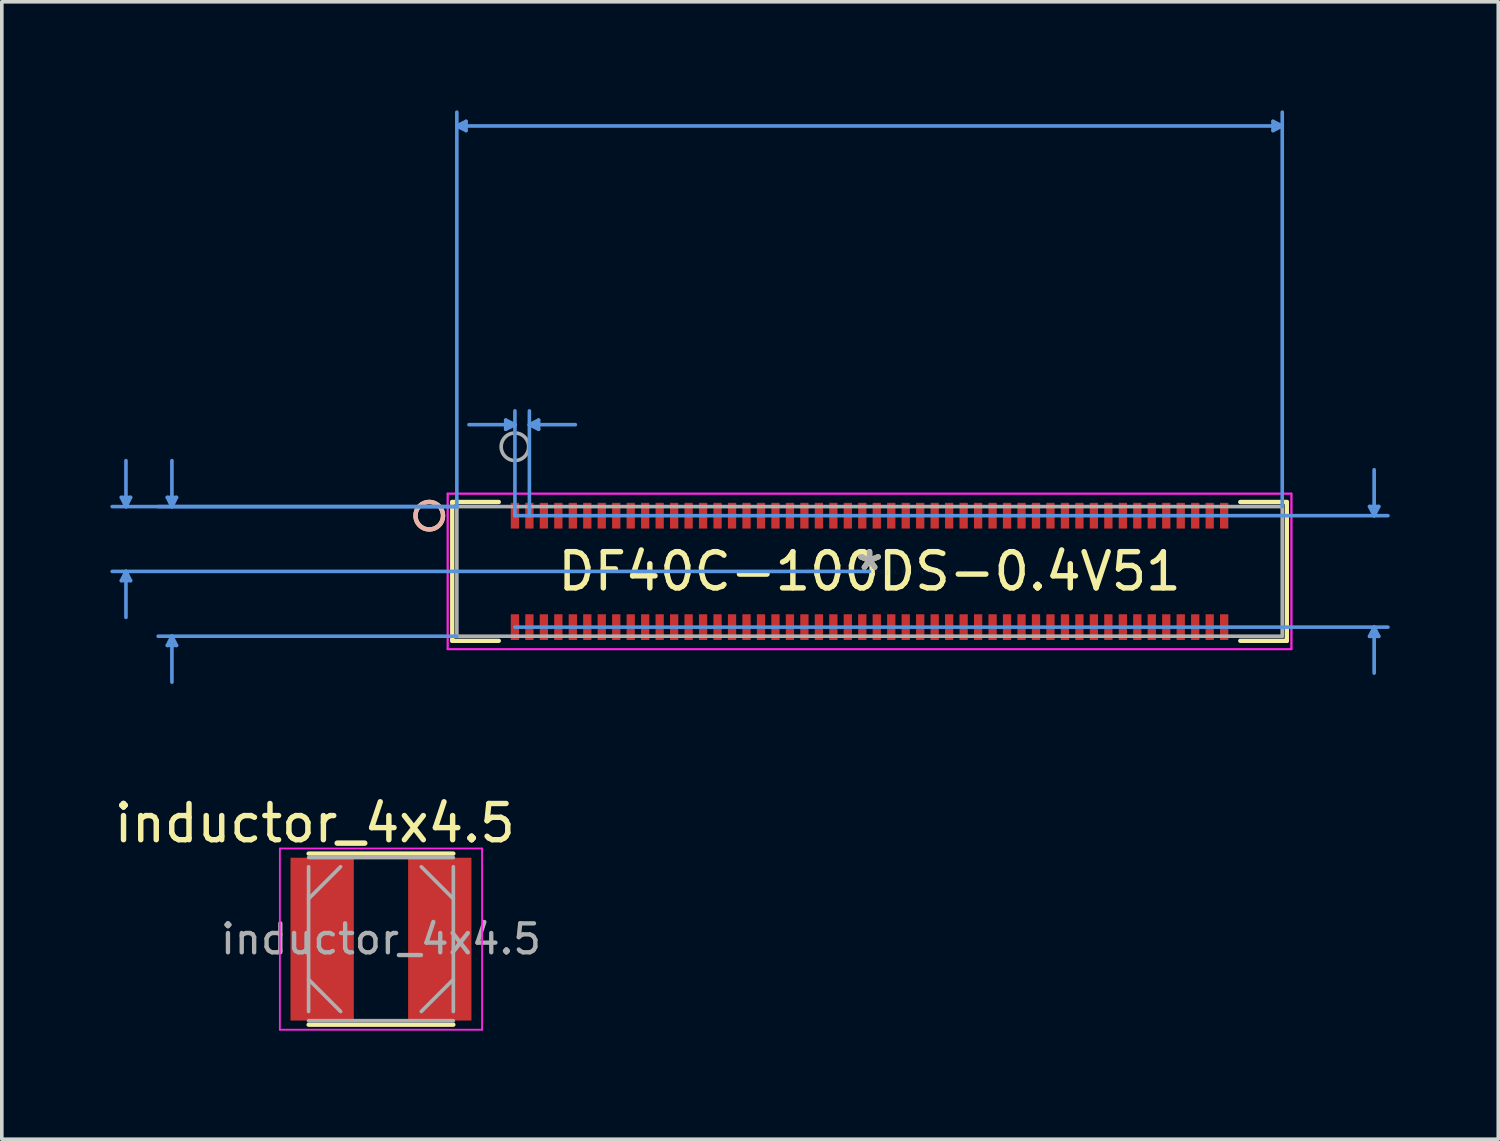
<source format=kicad_pcb>
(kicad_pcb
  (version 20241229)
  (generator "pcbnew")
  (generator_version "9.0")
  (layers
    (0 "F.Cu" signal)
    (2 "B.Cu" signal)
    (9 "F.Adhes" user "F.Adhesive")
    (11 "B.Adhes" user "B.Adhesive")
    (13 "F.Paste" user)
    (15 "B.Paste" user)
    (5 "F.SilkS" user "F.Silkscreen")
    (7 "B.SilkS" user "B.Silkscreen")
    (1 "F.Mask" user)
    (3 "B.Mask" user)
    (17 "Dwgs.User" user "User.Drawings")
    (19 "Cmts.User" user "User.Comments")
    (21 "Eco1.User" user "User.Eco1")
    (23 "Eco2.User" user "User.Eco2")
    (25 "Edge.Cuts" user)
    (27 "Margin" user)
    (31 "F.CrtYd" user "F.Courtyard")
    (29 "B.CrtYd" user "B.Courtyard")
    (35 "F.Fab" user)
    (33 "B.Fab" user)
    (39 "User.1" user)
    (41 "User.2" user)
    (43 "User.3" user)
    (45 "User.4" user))
  (footprint "DF40C-100DS-0.4V51"
    (layer "F.Cu")
    (at 20.98 12.741)
    (property "Reference" "DF40C-100DS-0.4V51" (at 0 0 0) (layer "F.SilkS") (effects (font (size 1 1) (thickness 0.15))))
    (attr through_hole)
    (fp_line (start -11.532 -1.918) (end -11.532 1.918) (stroke (width 0.12) (type solid)) (layer "F.SilkS"))
    (fp_line (start -11.532 1.918) (end -10.246 1.918) (stroke (width 0.12) (type solid)) (layer "F.SilkS"))
    (fp_line (start -10.246 -1.918) (end -11.532 -1.918) (stroke (width 0.12) (type solid)) (layer "F.SilkS"))
    (fp_line (start 10.246 1.918) (end 11.532 1.918) (stroke (width 0.12) (type solid)) (layer "F.SilkS"))
    (fp_line (start 11.532 -1.918) (end 10.246 -1.918) (stroke (width 0.12) (type solid)) (layer "F.SilkS"))
    (fp_line (start 11.532 1.918) (end 11.532 -1.918) (stroke (width 0.12) (type solid)) (layer "F.SilkS"))
    (fp_circle (center -12.167 -1.54) (end -11.786 -1.54) (stroke (width 0.12) (type solid)) (fill no) (layer "F.SilkS"))
    (fp_circle (center -12.167 -1.54) (end -11.786 -1.54) (stroke (width 0.12) (type solid)) (fill no) (layer "B.SilkS"))
    (fp_line (start -20.676 -2.045) (end -20.422 -2.045) (stroke (width 0.1) (type solid)) (layer "Cmts.User"))
    (fp_line (start -20.676 0.254) (end -20.422 0.254) (stroke (width 0.1) (type solid)) (layer "Cmts.User"))
    (fp_line (start -20.549 -1.791) (end -20.676 -2.045) (stroke (width 0.1) (type solid)) (layer "Cmts.User"))
    (fp_line (start -20.549 -1.791) (end -20.549 -3.061) (stroke (width 0.1) (type solid)) (layer "Cmts.User"))
    (fp_line (start -20.549 -1.791) (end -20.422 -2.045) (stroke (width 0.1) (type solid)) (layer "Cmts.User"))
    (fp_line (start -20.549 0) (end -20.676 0.254) (stroke (width 0.1) (type solid)) (layer "Cmts.User"))
    (fp_line (start -20.549 0) (end -20.549 1.27) (stroke (width 0.1) (type solid)) (layer "Cmts.User"))
    (fp_line (start -20.549 0) (end -20.422 0.254) (stroke (width 0.1) (type solid)) (layer "Cmts.User"))
    (fp_line (start -19.406 -2.045) (end -19.152 -2.045) (stroke (width 0.1) (type solid)) (layer "Cmts.User"))
    (fp_line (start -19.406 2.045) (end -19.152 2.045) (stroke (width 0.1) (type solid)) (layer "Cmts.User"))
    (fp_line (start -19.279 -1.791) (end -19.406 -2.045) (stroke (width 0.1) (type solid)) (layer "Cmts.User"))
    (fp_line (start -19.279 -1.791) (end -19.279 -3.061) (stroke (width 0.1) (type solid)) (layer "Cmts.User"))
    (fp_line (start -19.279 -1.791) (end -19.152 -2.045) (stroke (width 0.1) (type solid)) (layer "Cmts.User"))
    (fp_line (start -19.279 1.791) (end -19.406 2.045) (stroke (width 0.1) (type solid)) (layer "Cmts.User"))
    (fp_line (start -19.279 1.791) (end -19.279 3.061) (stroke (width 0.1) (type solid)) (layer "Cmts.User"))
    (fp_line (start -19.279 1.791) (end -19.152 2.045) (stroke (width 0.1) (type solid)) (layer "Cmts.User"))
    (fp_line (start -11.405 -12.31) (end -11.151 -12.437) (stroke (width 0.1) (type solid)) (layer "Cmts.User"))
    (fp_line (start -11.405 -12.31) (end -11.151 -12.183) (stroke (width 0.1) (type solid)) (layer "Cmts.User"))
    (fp_line (start -11.405 -12.31) (end 11.405 -12.31) (stroke (width 0.1) (type solid)) (layer "Cmts.User"))
    (fp_line (start -11.405 -1.791) (end -20.93 -1.791) (stroke (width 0.1) (type solid)) (layer "Cmts.User"))
    (fp_line (start -11.405 -1.791) (end -19.66 -1.791) (stroke (width 0.1) (type solid)) (layer "Cmts.User"))
    (fp_line (start -11.405 -1.791) (end -11.405 -12.691) (stroke (width 0.1) (type solid)) (layer "Cmts.User"))
    (fp_line (start -11.405 1.791) (end -19.66 1.791) (stroke (width 0.1) (type solid)) (layer "Cmts.User"))
    (fp_line (start -11.151 -12.437) (end -11.151 -12.183) (stroke (width 0.1) (type solid)) (layer "Cmts.User"))
    (fp_line (start -10.054 -4.182) (end -10.054 -3.928) (stroke (width 0.1) (type solid)) (layer "Cmts.User"))
    (fp_line (start -9.8 -4.055) (end -11.07 -4.055) (stroke (width 0.1) (type solid)) (layer "Cmts.User"))
    (fp_line (start -9.8 -4.055) (end -10.054 -4.182) (stroke (width 0.1) (type solid)) (layer "Cmts.User"))
    (fp_line (start -9.8 -4.055) (end -10.054 -3.928) (stroke (width 0.1) (type solid)) (layer "Cmts.User"))
    (fp_line (start -9.8 -1.54) (end -9.8 -4.436) (stroke (width 0.1) (type solid)) (layer "Cmts.User"))
    (fp_line (start -9.8 -1.54) (end 14.326 -1.54) (stroke (width 0.1) (type solid)) (layer "Cmts.User"))
    (fp_line (start -9.8 1.54) (end 14.326 1.54) (stroke (width 0.1) (type solid)) (layer "Cmts.User"))
    (fp_line (start -9.4 -4.055) (end -9.146 -4.182) (stroke (width 0.1) (type solid)) (layer "Cmts.User"))
    (fp_line (start -9.4 -4.055) (end -9.146 -3.928) (stroke (width 0.1) (type solid)) (layer "Cmts.User"))
    (fp_line (start -9.4 -4.055) (end -8.13 -4.055) (stroke (width 0.1) (type solid)) (layer "Cmts.User"))
    (fp_line (start -9.4 -1.54) (end -9.4 -4.436) (stroke (width 0.1) (type solid)) (layer "Cmts.User"))
    (fp_line (start -9.146 -4.182) (end -9.146 -3.928) (stroke (width 0.1) (type solid)) (layer "Cmts.User"))
    (fp_line (start 0 0) (end -20.93 0) (stroke (width 0.1) (type solid)) (layer "Cmts.User"))
    (fp_line (start 11.151 -12.437) (end 11.151 -12.183) (stroke (width 0.1) (type solid)) (layer "Cmts.User"))
    (fp_line (start 11.405 -12.31) (end 11.151 -12.437) (stroke (width 0.1) (type solid)) (layer "Cmts.User"))
    (fp_line (start 11.405 -12.31) (end 11.151 -12.183) (stroke (width 0.1) (type solid)) (layer "Cmts.User"))
    (fp_line (start 11.405 -1.791) (end 11.405 -12.691) (stroke (width 0.1) (type solid)) (layer "Cmts.User"))
    (fp_line (start 13.818 -1.794) (end 14.072 -1.794) (stroke (width 0.1) (type solid)) (layer "Cmts.User"))
    (fp_line (start 13.818 1.794) (end 14.072 1.794) (stroke (width 0.1) (type solid)) (layer "Cmts.User"))
    (fp_line (start 13.945 -1.54) (end 13.818 -1.794) (stroke (width 0.1) (type solid)) (layer "Cmts.User"))
    (fp_line (start 13.945 -1.54) (end 13.945 -2.81) (stroke (width 0.1) (type solid)) (layer "Cmts.User"))
    (fp_line (start 13.945 -1.54) (end 14.072 -1.794) (stroke (width 0.1) (type solid)) (layer "Cmts.User"))
    (fp_line (start 13.945 1.54) (end 13.818 1.794) (stroke (width 0.1) (type solid)) (layer "Cmts.User"))
    (fp_line (start 13.945 1.54) (end 13.945 2.81) (stroke (width 0.1) (type solid)) (layer "Cmts.User"))
    (fp_line (start 13.945 1.54) (end 14.072 1.794) (stroke (width 0.1) (type solid)) (layer "Cmts.User"))
    (fp_line (start -11.659 -2.15) (end -11.659 2.15) (stroke (width 0.05) (type solid)) (layer "F.CrtYd"))
    (fp_line (start -11.659 -2.15) (end -11.659 2.15) (stroke (width 0.05) (type solid)) (layer "F.CrtYd"))
    (fp_line (start -11.659 2.15) (end 11.659 2.15) (stroke (width 0.05) (type solid)) (layer "F.CrtYd"))
    (fp_line (start -11.659 2.15) (end 11.659 2.15) (stroke (width 0.05) (type solid)) (layer "F.CrtYd"))
    (fp_line (start 11.659 -2.15) (end -11.659 -2.15) (stroke (width 0.05) (type solid)) (layer "F.CrtYd"))
    (fp_line (start 11.659 -2.15) (end -11.659 -2.15) (stroke (width 0.05) (type solid)) (layer "F.CrtYd"))
    (fp_line (start 11.659 2.15) (end 11.659 -2.15) (stroke (width 0.05) (type solid)) (layer "F.CrtYd"))
    (fp_line (start 11.659 2.15) (end 11.659 -2.15) (stroke (width 0.05) (type solid)) (layer "F.CrtYd"))
    (fp_line (start -11.405 -1.791) (end -11.405 1.791) (stroke (width 0.1) (type solid)) (layer "F.Fab"))
    (fp_line (start -11.405 1.791) (end 11.405 1.791) (stroke (width 0.1) (type solid)) (layer "F.Fab"))
    (fp_line (start 11.405 -1.791) (end -11.405 -1.791) (stroke (width 0.1) (type solid)) (layer "F.Fab"))
    (fp_line (start 11.405 1.791) (end 11.405 -1.791) (stroke (width 0.1) (type solid)) (layer "F.Fab"))
    (fp_circle (center -9.8 -3.445) (end -9.419 -3.445) (stroke (width 0.1) (type solid)) (fill no) (layer "F.Fab"))
    (fp_text user "*" (at 0 0 0) (layer "F.SilkS") (effects (font (size 1 1) (thickness 0.15))))
    (fp_text user "Copyright 2021 Accelerated Designs. All rights reserved." (at 0 0 0) (layer "Cmts.User") (effects (font (size 0.127 0.127) (thickness 0.002))))
    (fp_text user "*" (at 0 0 0) (layer "F.Fab") (effects (font (size 1 1) (thickness 0.15))))
    (pad "1" smd rect (at -9.8 -1.54) (size 0.229 0.711) (layers "F.Cu" "F.Mask" "F.Paste"))
    (pad "2" smd rect (at -9.8 1.54) (size 0.229 0.711) (layers "F.Cu" "F.Mask" "F.Paste"))
    (pad "3" smd rect (at -9.4 -1.54) (size 0.229 0.711) (layers "F.Cu" "F.Mask" "F.Paste"))
    (pad "4" smd rect (at -9.4 1.54) (size 0.229 0.711) (layers "F.Cu" "F.Mask" "F.Paste"))
    (pad "5" smd rect (at -9 -1.54) (size 0.229 0.711) (layers "F.Cu" "F.Mask" "F.Paste"))
    (pad "6" smd rect (at -9 1.54) (size 0.229 0.711) (layers "F.Cu" "F.Mask" "F.Paste"))
    (pad "7" smd rect (at -8.6 -1.54) (size 0.229 0.711) (layers "F.Cu" "F.Mask" "F.Paste"))
    (pad "8" smd rect (at -8.6 1.54) (size 0.229 0.711) (layers "F.Cu" "F.Mask" "F.Paste"))
    (pad "9" smd rect (at -8.2 -1.54) (size 0.229 0.711) (layers "F.Cu" "F.Mask" "F.Paste"))
    (pad "10" smd rect (at -8.2 1.54) (size 0.229 0.711) (layers "F.Cu" "F.Mask" "F.Paste"))
    (pad "11" smd rect (at -7.8 -1.54) (size 0.229 0.711) (layers "F.Cu" "F.Mask" "F.Paste"))
    (pad "12" smd rect (at -7.8 1.54) (size 0.229 0.711) (layers "F.Cu" "F.Mask" "F.Paste"))
    (pad "13" smd rect (at -7.4 -1.54) (size 0.229 0.711) (layers "F.Cu" "F.Mask" "F.Paste"))
    (pad "14" smd rect (at -7.4 1.54) (size 0.229 0.711) (layers "F.Cu" "F.Mask" "F.Paste"))
    (pad "15" smd rect (at -7 -1.54) (size 0.229 0.711) (layers "F.Cu" "F.Mask" "F.Paste"))
    (pad "16" smd rect (at -7 1.54) (size 0.229 0.711) (layers "F.Cu" "F.Mask" "F.Paste"))
    (pad "17" smd rect (at -6.6 -1.54) (size 0.229 0.711) (layers "F.Cu" "F.Mask" "F.Paste"))
    (pad "18" smd rect (at -6.6 1.54) (size 0.229 0.711) (layers "F.Cu" "F.Mask" "F.Paste"))
    (pad "19" smd rect (at -6.2 -1.54) (size 0.229 0.711) (layers "F.Cu" "F.Mask" "F.Paste"))
    (pad "20" smd rect (at -6.2 1.54) (size 0.229 0.711) (layers "F.Cu" "F.Mask" "F.Paste"))
    (pad "21" smd rect (at -5.8 -1.54) (size 0.229 0.711) (layers "F.Cu" "F.Mask" "F.Paste"))
    (pad "22" smd rect (at -5.8 1.54) (size 0.229 0.711) (layers "F.Cu" "F.Mask" "F.Paste"))
    (pad "23" smd rect (at -5.4 -1.54) (size 0.229 0.711) (layers "F.Cu" "F.Mask" "F.Paste"))
    (pad "24" smd rect (at -5.4 1.54) (size 0.229 0.711) (layers "F.Cu" "F.Mask" "F.Paste"))
    (pad "25" smd rect (at -5 -1.54) (size 0.229 0.711) (layers "F.Cu" "F.Mask" "F.Paste"))
    (pad "26" smd rect (at -5 1.54) (size 0.229 0.711) (layers "F.Cu" "F.Mask" "F.Paste"))
    (pad "27" smd rect (at -4.6 -1.54) (size 0.229 0.711) (layers "F.Cu" "F.Mask" "F.Paste"))
    (pad "28" smd rect (at -4.6 1.54) (size 0.229 0.711) (layers "F.Cu" "F.Mask" "F.Paste"))
    (pad "29" smd rect (at -4.2 -1.54) (size 0.229 0.711) (layers "F.Cu" "F.Mask" "F.Paste"))
    (pad "30" smd rect (at -4.2 1.54) (size 0.229 0.711) (layers "F.Cu" "F.Mask" "F.Paste"))
    (pad "31" smd rect (at -3.8 -1.54) (size 0.229 0.711) (layers "F.Cu" "F.Mask" "F.Paste"))
    (pad "32" smd rect (at -3.8 1.54) (size 0.229 0.711) (layers "F.Cu" "F.Mask" "F.Paste"))
    (pad "33" smd rect (at -3.4 -1.54) (size 0.229 0.711) (layers "F.Cu" "F.Mask" "F.Paste"))
    (pad "34" smd rect (at -3.4 1.54) (size 0.229 0.711) (layers "F.Cu" "F.Mask" "F.Paste"))
    (pad "35" smd rect (at -3 -1.54) (size 0.229 0.711) (layers "F.Cu" "F.Mask" "F.Paste"))
    (pad "36" smd rect (at -3 1.54) (size 0.229 0.711) (layers "F.Cu" "F.Mask" "F.Paste"))
    (pad "37" smd rect (at -2.6 -1.54) (size 0.229 0.711) (layers "F.Cu" "F.Mask" "F.Paste"))
    (pad "38" smd rect (at -2.6 1.54) (size 0.229 0.711) (layers "F.Cu" "F.Mask" "F.Paste"))
    (pad "39" smd rect (at -2.2 -1.54) (size 0.229 0.711) (layers "F.Cu" "F.Mask" "F.Paste"))
    (pad "40" smd rect (at -2.2 1.54) (size 0.229 0.711) (layers "F.Cu" "F.Mask" "F.Paste"))
    (pad "41" smd rect (at -1.8 -1.54) (size 0.229 0.711) (layers "F.Cu" "F.Mask" "F.Paste"))
    (pad "42" smd rect (at -1.8 1.54) (size 0.229 0.711) (layers "F.Cu" "F.Mask" "F.Paste"))
    (pad "43" smd rect (at -1.4 -1.54) (size 0.229 0.711) (layers "F.Cu" "F.Mask" "F.Paste"))
    (pad "44" smd rect (at -1.4 1.54) (size 0.229 0.711) (layers "F.Cu" "F.Mask" "F.Paste"))
    (pad "45" smd rect (at -1 -1.54) (size 0.229 0.711) (layers "F.Cu" "F.Mask" "F.Paste"))
    (pad "46" smd rect (at -1 1.54) (size 0.229 0.711) (layers "F.Cu" "F.Mask" "F.Paste"))
    (pad "47" smd rect (at -0.6 -1.54) (size 0.229 0.711) (layers "F.Cu" "F.Mask" "F.Paste"))
    (pad "48" smd rect (at -0.6 1.54) (size 0.229 0.711) (layers "F.Cu" "F.Mask" "F.Paste"))
    (pad "49" smd rect (at -0.2 -1.54) (size 0.229 0.711) (layers "F.Cu" "F.Mask" "F.Paste"))
    (pad "50" smd rect (at -0.2 1.54) (size 0.229 0.711) (layers "F.Cu" "F.Mask" "F.Paste"))
    (pad "51" smd rect (at 0.2 -1.54) (size 0.229 0.711) (layers "F.Cu" "F.Mask" "F.Paste"))
    (pad "52" smd rect (at 0.2 1.54) (size 0.229 0.711) (layers "F.Cu" "F.Mask" "F.Paste"))
    (pad "53" smd rect (at 0.6 -1.54) (size 0.229 0.711) (layers "F.Cu" "F.Mask" "F.Paste"))
    (pad "54" smd rect (at 0.6 1.54) (size 0.229 0.711) (layers "F.Cu" "F.Mask" "F.Paste"))
    (pad "55" smd rect (at 1 -1.54) (size 0.229 0.711) (layers "F.Cu" "F.Mask" "F.Paste"))
    (pad "56" smd rect (at 1 1.54) (size 0.229 0.711) (layers "F.Cu" "F.Mask" "F.Paste"))
    (pad "57" smd rect (at 1.4 -1.54) (size 0.229 0.711) (layers "F.Cu" "F.Mask" "F.Paste"))
    (pad "58" smd rect (at 1.4 1.54) (size 0.229 0.711) (layers "F.Cu" "F.Mask" "F.Paste"))
    (pad "59" smd rect (at 1.8 -1.54) (size 0.229 0.711) (layers "F.Cu" "F.Mask" "F.Paste"))
    (pad "60" smd rect (at 1.8 1.54) (size 0.229 0.711) (layers "F.Cu" "F.Mask" "F.Paste"))
    (pad "61" smd rect (at 2.2 -1.54) (size 0.229 0.711) (layers "F.Cu" "F.Mask" "F.Paste"))
    (pad "62" smd rect (at 2.2 1.54) (size 0.229 0.711) (layers "F.Cu" "F.Mask" "F.Paste"))
    (pad "63" smd rect (at 2.6 -1.54) (size 0.229 0.711) (layers "F.Cu" "F.Mask" "F.Paste"))
    (pad "64" smd rect (at 2.6 1.54) (size 0.229 0.711) (layers "F.Cu" "F.Mask" "F.Paste"))
    (pad "65" smd rect (at 3 -1.54) (size 0.229 0.711) (layers "F.Cu" "F.Mask" "F.Paste"))
    (pad "66" smd rect (at 3 1.54) (size 0.229 0.711) (layers "F.Cu" "F.Mask" "F.Paste"))
    (pad "67" smd rect (at 3.4 -1.54) (size 0.229 0.711) (layers "F.Cu" "F.Mask" "F.Paste"))
    (pad "68" smd rect (at 3.4 1.54) (size 0.229 0.711) (layers "F.Cu" "F.Mask" "F.Paste"))
    (pad "69" smd rect (at 3.8 -1.54) (size 0.229 0.711) (layers "F.Cu" "F.Mask" "F.Paste"))
    (pad "70" smd rect (at 3.8 1.54) (size 0.229 0.711) (layers "F.Cu" "F.Mask" "F.Paste"))
    (pad "71" smd rect (at 4.2 -1.54) (size 0.229 0.711) (layers "F.Cu" "F.Mask" "F.Paste"))
    (pad "72" smd rect (at 4.2 1.54) (size 0.229 0.711) (layers "F.Cu" "F.Mask" "F.Paste"))
    (pad "73" smd rect (at 4.6 -1.54) (size 0.229 0.711) (layers "F.Cu" "F.Mask" "F.Paste"))
    (pad "74" smd rect (at 4.6 1.54) (size 0.229 0.711) (layers "F.Cu" "F.Mask" "F.Paste"))
    (pad "75" smd rect (at 5 -1.54) (size 0.229 0.711) (layers "F.Cu" "F.Mask" "F.Paste"))
    (pad "76" smd rect (at 5 1.54) (size 0.229 0.711) (layers "F.Cu" "F.Mask" "F.Paste"))
    (pad "77" smd rect (at 5.4 -1.54) (size 0.229 0.711) (layers "F.Cu" "F.Mask" "F.Paste"))
    (pad "78" smd rect (at 5.4 1.54) (size 0.229 0.711) (layers "F.Cu" "F.Mask" "F.Paste"))
    (pad "79" smd rect (at 5.8 -1.54) (size 0.229 0.711) (layers "F.Cu" "F.Mask" "F.Paste"))
    (pad "80" smd rect (at 5.8 1.54) (size 0.229 0.711) (layers "F.Cu" "F.Mask" "F.Paste"))
    (pad "81" smd rect (at 6.2 -1.54) (size 0.229 0.711) (layers "F.Cu" "F.Mask" "F.Paste"))
    (pad "82" smd rect (at 6.2 1.54) (size 0.229 0.711) (layers "F.Cu" "F.Mask" "F.Paste"))
    (pad "83" smd rect (at 6.6 -1.54) (size 0.229 0.711) (layers "F.Cu" "F.Mask" "F.Paste"))
    (pad "84" smd rect (at 6.6 1.54) (size 0.229 0.711) (layers "F.Cu" "F.Mask" "F.Paste"))
    (pad "85" smd rect (at 7 -1.54) (size 0.229 0.711) (layers "F.Cu" "F.Mask" "F.Paste"))
    (pad "86" smd rect (at 7 1.54) (size 0.229 0.711) (layers "F.Cu" "F.Mask" "F.Paste"))
    (pad "87" smd rect (at 7.4 -1.54) (size 0.229 0.711) (layers "F.Cu" "F.Mask" "F.Paste"))
    (pad "88" smd rect (at 7.4 1.54) (size 0.229 0.711) (layers "F.Cu" "F.Mask" "F.Paste"))
    (pad "89" smd rect (at 7.8 -1.54) (size 0.229 0.711) (layers "F.Cu" "F.Mask" "F.Paste"))
    (pad "90" smd rect (at 7.8 1.54) (size 0.229 0.711) (layers "F.Cu" "F.Mask" "F.Paste"))
    (pad "91" smd rect (at 8.2 -1.54) (size 0.229 0.711) (layers "F.Cu" "F.Mask" "F.Paste"))
    (pad "92" smd rect (at 8.2 1.54) (size 0.229 0.711) (layers "F.Cu" "F.Mask" "F.Paste"))
    (pad "93" smd rect (at 8.6 -1.54) (size 0.229 0.711) (layers "F.Cu" "F.Mask" "F.Paste"))
    (pad "94" smd rect (at 8.6 1.54) (size 0.229 0.711) (layers "F.Cu" "F.Mask" "F.Paste"))
    (pad "95" smd rect (at 9 -1.54) (size 0.229 0.711) (layers "F.Cu" "F.Mask" "F.Paste"))
    (pad "96" smd rect (at 9 1.54) (size 0.229 0.711) (layers "F.Cu" "F.Mask" "F.Paste"))
    (pad "97" smd rect (at 9.4 -1.54) (size 0.229 0.711) (layers "F.Cu" "F.Mask" "F.Paste"))
    (pad "98" smd rect (at 9.4 1.54) (size 0.229 0.711) (layers "F.Cu" "F.Mask" "F.Paste"))
    (pad "99" smd rect (at 9.8 -1.54) (size 0.229 0.711) (layers "F.Cu" "F.Mask" "F.Paste"))
    (pad "100" smd rect (at 9.8 1.54) (size 0.229 0.711) (layers "F.Cu" "F.Mask" "F.Paste")))
  (footprint "inductor_4x4.5"
    (layer "F.Cu")
    (at 7.478 22.903)
    (property "Reference" "inductor_4x4.5" (at -1.829 -3.203 0) (layer "F.SilkS") (effects (font (size 1 1) (thickness 0.15))))
    (attr smd)
    (fp_line (start -2 -2.364) (end 2 -2.364) (stroke (width 0.12) (type solid)) (layer "F.SilkS"))
    (fp_line (start 2 2.364) (end -2 2.364) (stroke (width 0.12) (type solid)) (layer "F.SilkS"))
    (fp_line (start -2.794 -2.504) (end 2.794 -2.504) (stroke (width 0.05) (type solid)) (layer "F.CrtYd"))
    (fp_line (start -2.794 2.504) (end -2.794 -2.504) (stroke (width 0.05) (type solid)) (layer "F.CrtYd"))
    (fp_line (start 2.794 -2.504) (end 2.794 2.504) (stroke (width 0.05) (type solid)) (layer "F.CrtYd"))
    (fp_line (start 2.794 2.504) (end -2.794 2.504) (stroke (width 0.05) (type solid)) (layer "F.CrtYd"))
    (fp_line (start -2 -2.254) (end 2 -2.254) (stroke (width 0.1) (type solid)) (layer "F.Fab"))
    (fp_line (start -2 -1.115) (end -1.115 -2) (stroke (width 0.1) (type solid)) (layer "F.Fab"))
    (fp_line (start -2 2) (end -2 -2) (stroke (width 0.1) (type solid)) (layer "F.Fab"))
    (fp_line (start -1.115 2) (end -2 1.115) (stroke (width 0.1) (type solid)) (layer "F.Fab"))
    (fp_line (start 1.115 -2) (end 2 -1.115) (stroke (width 0.1) (type solid)) (layer "F.Fab"))
    (fp_line (start 2 -2) (end 2 2) (stroke (width 0.1) (type solid)) (layer "F.Fab"))
    (fp_line (start 2 1.115) (end 1.115 2) (stroke (width 0.1) (type solid)) (layer "F.Fab"))
    (fp_line (start 2 2.254) (end -2 2.254) (stroke (width 0.1) (type solid)) (layer "F.Fab"))
    (fp_text user "${REFERENCE}" (at 0 0 0) (layer "F.Fab") (effects (font (size 0.8 0.8) (thickness 0.12))))
    (pad "1" smd rect (at -1.625 0) (size 1.75 4.5) (layers "F.Cu" "F.Mask" "F.Paste"))
    (pad "2" smd rect (at 1.625 0) (size 1.75 4.5) (layers "F.Cu" "F.Mask" "F.Paste")))
  (gr_rect
    (start -3 -3)
    (end 38.355 28.432)
    (stroke (width 0.1) (type default))
    (fill no)
    (layer "Edge.Cuts")))
</source>
